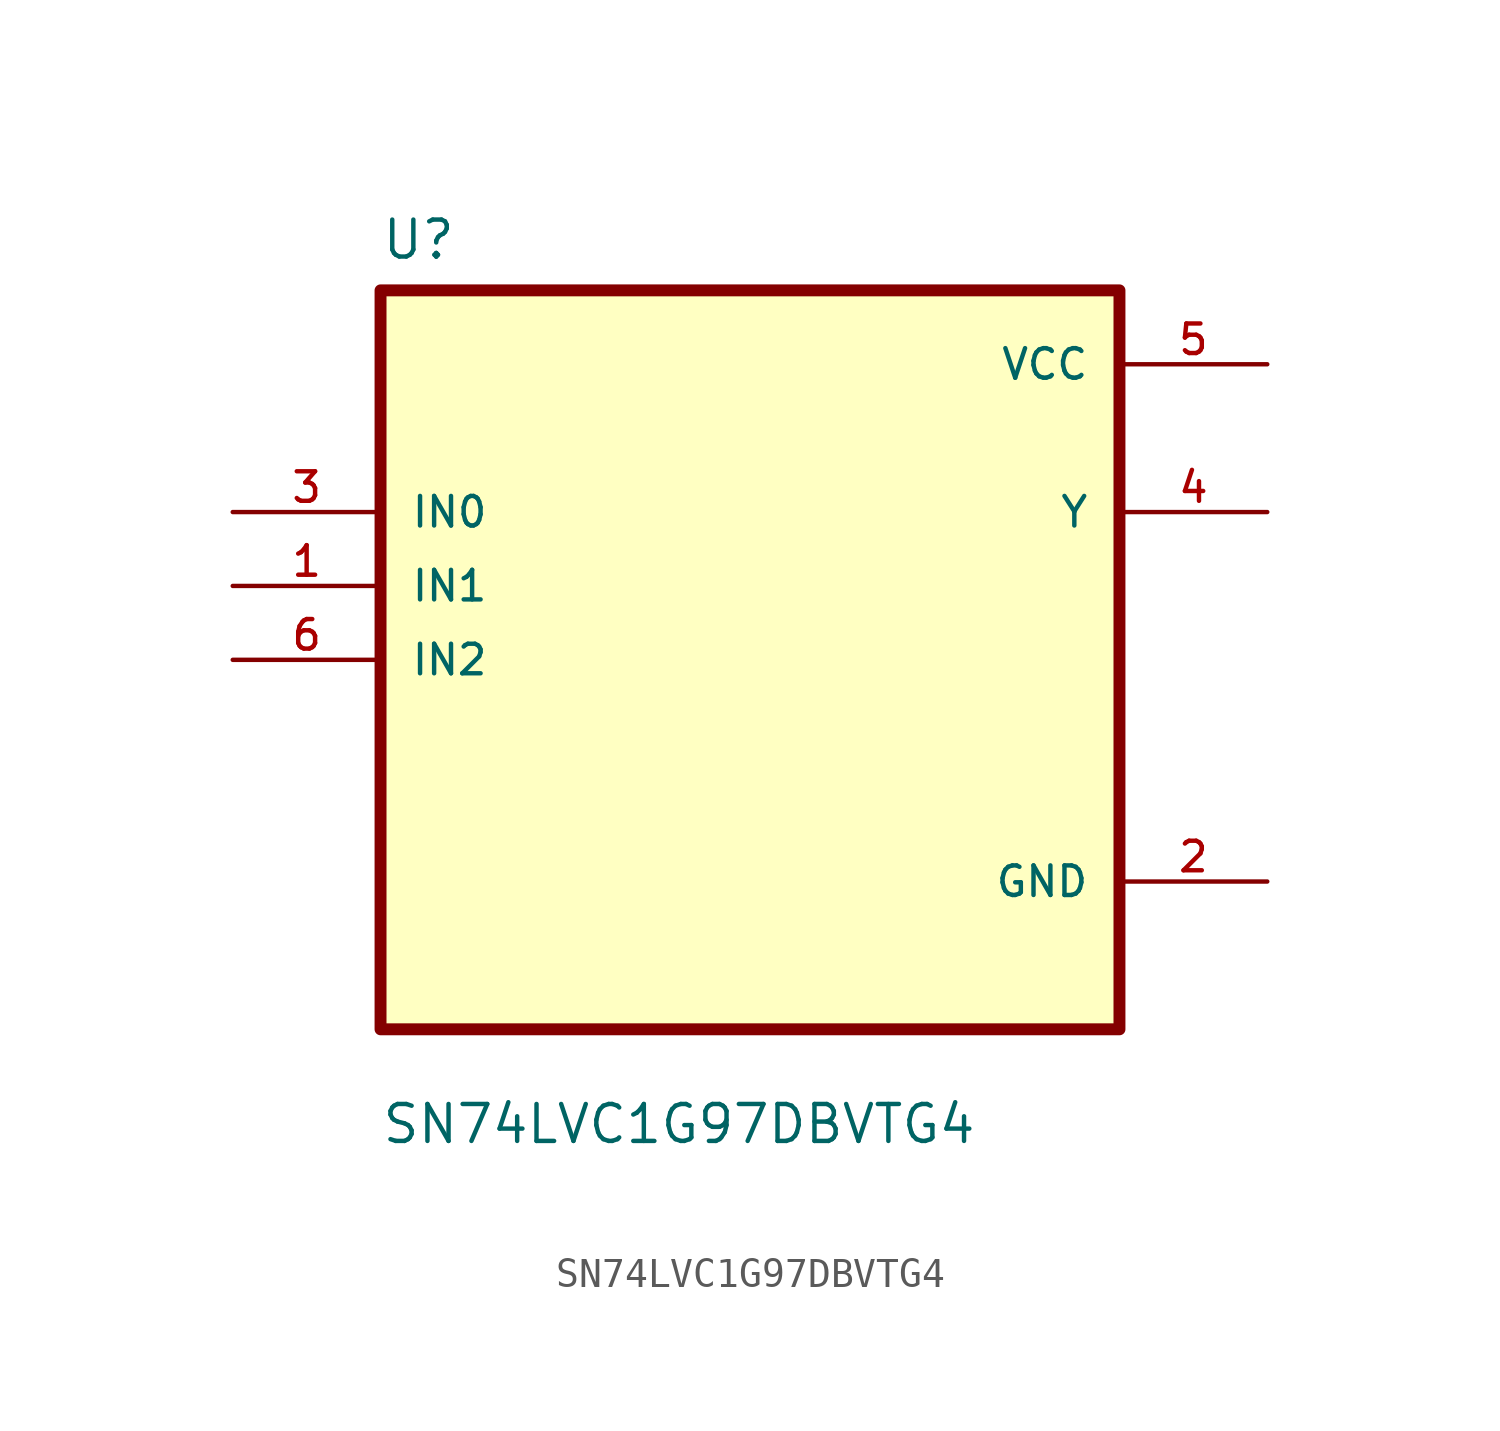
<source format=kicad_sym>
(kicad_symbol_lib
  (version 20211014)
  (generator kicad_symbol_editor)
  (symbol "SN74LVC1G97DBVTG4"
    (pin_names
      (offset 1.016))
    (property "Reference" "U"
      (at -12.7 13.7 0.0)
      (effects (font (size 1.27 1.27)) (justify bottom left)))
    (property "Value" "SN74LVC1G97DBVTG4"
      (at -12.7 -16.7 0.0)
      (effects (font (size 1.27 1.27)) (justify bottom left)))
    (symbol "SN74LVC1G97DBVTG4_0_0"
      (rectangle (start -12.7 -12.7) (end 12.7 12.7) (stroke (width 0.41)) (fill (type background)))
      (pin input line (at -17.78 5.08 0) (length 5.08) (name "IN0" (effects (font (size 1.016 1.016)))) (number "3" (effects (font (size 1.016 1.016)))))
      (pin input line (at -17.78 2.54 0) (length 5.08) (name "IN1" (effects (font (size 1.016 1.016)))) (number "1" (effects (font (size 1.016 1.016)))))
      (pin input line (at -17.78 -8.88178e-16 0) (length 5.08) (name "IN2" (effects (font (size 1.016 1.016)))) (number "6" (effects (font (size 1.016 1.016)))))
      (pin power_in line (at 17.78 10.16 180.0) (length 5.08) (name "VCC" (effects (font (size 1.016 1.016)))) (number "5" (effects (font (size 1.016 1.016)))))
      (pin output line (at 17.78 5.08 180.0) (length 5.08) (name "Y" (effects (font (size 1.016 1.016)))) (number "4" (effects (font (size 1.016 1.016)))))
      (pin power_in line (at 17.78 -7.62 180.0) (length 5.08) (name "GND" (effects (font (size 1.016 1.016)))) (number "2" (effects (font (size 1.016 1.016))))))))
</source>
